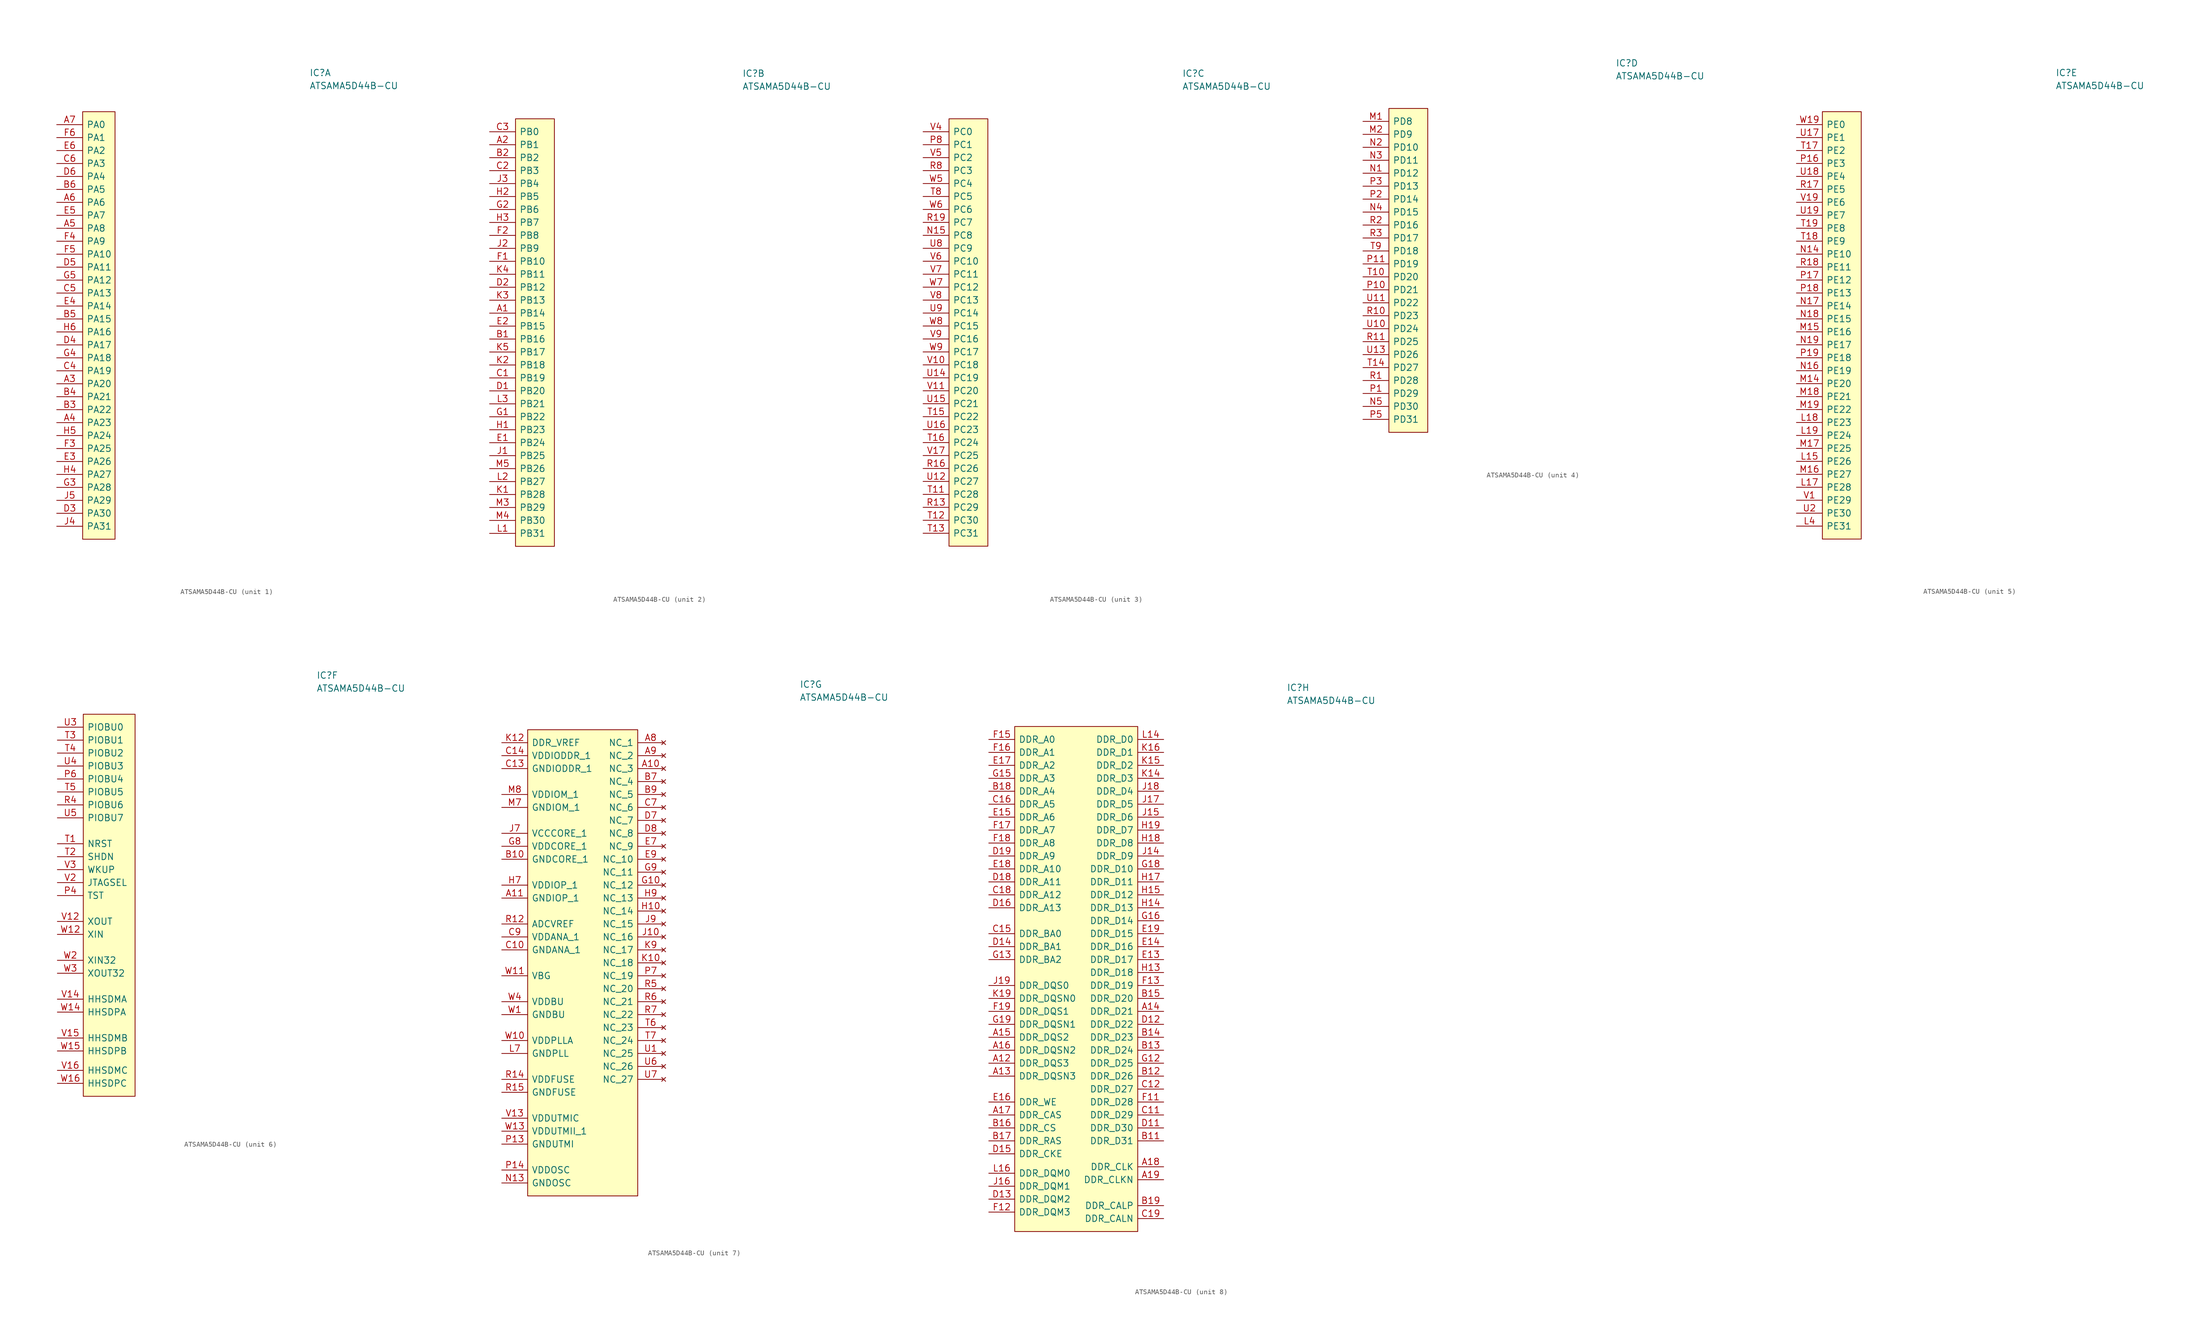
<source format=kicad_sym>
(kicad_symbol_lib
  (version 20211014)
  (generator kicad_symbol_editor)
  (symbol "ATSAMA5D44B-CU"
    (pin_names
      (offset 0.762))
    (property "Reference" "IC"
      (at 41.91 7.62 0)
      (effects (font (size 1.27 1.27)) (justify left)))
    (property "Value" "ATSAMA5D44B-CU"
      (at 41.91 5.08 0)
      (effects (font (size 1.27 1.27)) (justify left)))
    (property "ki_locked" ""
      (at 0 0 0)
      (effects (font (size 1.27 1.27))))
    (symbol "ATSAMA5D44B-CU_1_1"
      (rectangle (start -2.54 0) (end 3.81 -83.82) (stroke (width 0.152) (type default) (color 0 0 0 0)) (fill (type background)))
      (pin passive line (at -7.62 -53.34 0) (length 5.08) (name "PA20" (effects (font (size 1.27 1.27)))) (number "A3" (effects (font (size 1.27 1.27)))))
      (pin passive line (at -7.62 -60.96 0) (length 5.08) (name "PA23" (effects (font (size 1.27 1.27)))) (number "A4" (effects (font (size 1.27 1.27)))))
      (pin passive line (at -7.62 -22.86 0) (length 5.08) (name "PA8" (effects (font (size 1.27 1.27)))) (number "A5" (effects (font (size 1.27 1.27)))))
      (pin passive line (at -7.62 -17.78 0) (length 5.08) (name "PA6" (effects (font (size 1.27 1.27)))) (number "A6" (effects (font (size 1.27 1.27)))))
      (pin passive line (at -7.62 -2.54 0) (length 5.08) (name "PA0" (effects (font (size 1.27 1.27)))) (number "A7" (effects (font (size 1.27 1.27)))))
      (pin passive line (at -7.62 -58.42 0) (length 5.08) (name "PA22" (effects (font (size 1.27 1.27)))) (number "B3" (effects (font (size 1.27 1.27)))))
      (pin passive line (at -7.62 -55.88 0) (length 5.08) (name "PA21" (effects (font (size 1.27 1.27)))) (number "B4" (effects (font (size 1.27 1.27)))))
      (pin passive line (at -7.62 -40.64 0) (length 5.08) (name "PA15" (effects (font (size 1.27 1.27)))) (number "B5" (effects (font (size 1.27 1.27)))))
      (pin passive line (at -7.62 -15.24 0) (length 5.08) (name "PA5" (effects (font (size 1.27 1.27)))) (number "B6" (effects (font (size 1.27 1.27)))))
      (pin passive line (at -7.62 -50.8 0) (length 5.08) (name "PA19" (effects (font (size 1.27 1.27)))) (number "C4" (effects (font (size 1.27 1.27)))))
      (pin passive line (at -7.62 -35.56 0) (length 5.08) (name "PA13" (effects (font (size 1.27 1.27)))) (number "C5" (effects (font (size 1.27 1.27)))))
      (pin passive line (at -7.62 -10.16 0) (length 5.08) (name "PA3" (effects (font (size 1.27 1.27)))) (number "C6" (effects (font (size 1.27 1.27)))))
      (pin passive line (at -7.62 -78.74 0) (length 5.08) (name "PA30" (effects (font (size 1.27 1.27)))) (number "D3" (effects (font (size 1.27 1.27)))))
      (pin passive line (at -7.62 -45.72 0) (length 5.08) (name "PA17" (effects (font (size 1.27 1.27)))) (number "D4" (effects (font (size 1.27 1.27)))))
      (pin passive line (at -7.62 -30.48 0) (length 5.08) (name "PA11" (effects (font (size 1.27 1.27)))) (number "D5" (effects (font (size 1.27 1.27)))))
      (pin passive line (at -7.62 -12.7 0) (length 5.08) (name "PA4" (effects (font (size 1.27 1.27)))) (number "D6" (effects (font (size 1.27 1.27)))))
      (pin passive line (at -7.62 -68.58 0) (length 5.08) (name "PA26" (effects (font (size 1.27 1.27)))) (number "E3" (effects (font (size 1.27 1.27)))))
      (pin passive line (at -7.62 -38.1 0) (length 5.08) (name "PA14" (effects (font (size 1.27 1.27)))) (number "E4" (effects (font (size 1.27 1.27)))))
      (pin passive line (at -7.62 -20.32 0) (length 5.08) (name "PA7" (effects (font (size 1.27 1.27)))) (number "E5" (effects (font (size 1.27 1.27)))))
      (pin passive line (at -7.62 -7.62 0) (length 5.08) (name "PA2" (effects (font (size 1.27 1.27)))) (number "E6" (effects (font (size 1.27 1.27)))))
      (pin passive line (at -7.62 -66.04 0) (length 5.08) (name "PA25" (effects (font (size 1.27 1.27)))) (number "F3" (effects (font (size 1.27 1.27)))))
      (pin passive line (at -7.62 -25.4 0) (length 5.08) (name "PA9" (effects (font (size 1.27 1.27)))) (number "F4" (effects (font (size 1.27 1.27)))))
      (pin passive line (at -7.62 -27.94 0) (length 5.08) (name "PA10" (effects (font (size 1.27 1.27)))) (number "F5" (effects (font (size 1.27 1.27)))))
      (pin passive line (at -7.62 -5.08 0) (length 5.08) (name "PA1" (effects (font (size 1.27 1.27)))) (number "F6" (effects (font (size 1.27 1.27)))))
      (pin passive line (at -7.62 -73.66 0) (length 5.08) (name "PA28" (effects (font (size 1.27 1.27)))) (number "G3" (effects (font (size 1.27 1.27)))))
      (pin passive line (at -7.62 -48.26 0) (length 5.08) (name "PA18" (effects (font (size 1.27 1.27)))) (number "G4" (effects (font (size 1.27 1.27)))))
      (pin passive line (at -7.62 -33.02 0) (length 5.08) (name "PA12" (effects (font (size 1.27 1.27)))) (number "G5" (effects (font (size 1.27 1.27)))))
      (pin passive line (at -7.62 -71.12 0) (length 5.08) (name "PA27" (effects (font (size 1.27 1.27)))) (number "H4" (effects (font (size 1.27 1.27)))))
      (pin passive line (at -7.62 -63.5 0) (length 5.08) (name "PA24" (effects (font (size 1.27 1.27)))) (number "H5" (effects (font (size 1.27 1.27)))))
      (pin passive line (at -7.62 -43.18 0) (length 5.08) (name "PA16" (effects (font (size 1.27 1.27)))) (number "H6" (effects (font (size 1.27 1.27)))))
      (pin passive line (at -7.62 -81.28 0) (length 5.08) (name "PA31" (effects (font (size 1.27 1.27)))) (number "J4" (effects (font (size 1.27 1.27)))))
      (pin passive line (at -7.62 -76.2 0) (length 5.08) (name "PA29" (effects (font (size 1.27 1.27)))) (number "J5" (effects (font (size 1.27 1.27))))))
    (symbol "ATSAMA5D44B-CU_2_0"
      (pin passive line (at -7.62 -44.45 0) (length 5.08) (name "PB16" (effects (font (size 1.27 1.27)))) (number "B1" (effects (font (size 1.27 1.27)))))
      (pin passive line (at -7.62 -52.07 0) (length 5.08) (name "PB19" (effects (font (size 1.27 1.27)))) (number "C1" (effects (font (size 1.27 1.27)))))
      (pin passive line (at -7.62 -54.61 0) (length 5.08) (name "PB20" (effects (font (size 1.27 1.27)))) (number "D1" (effects (font (size 1.27 1.27)))))
      (pin passive line (at -7.62 -64.77 0) (length 5.08) (name "PB24" (effects (font (size 1.27 1.27)))) (number "E1" (effects (font (size 1.27 1.27)))))
      (pin passive line (at -7.62 -41.91 0) (length 5.08) (name "PB15" (effects (font (size 1.27 1.27)))) (number "E2" (effects (font (size 1.27 1.27)))))
      (pin passive line (at -7.62 -59.69 0) (length 5.08) (name "PB22" (effects (font (size 1.27 1.27)))) (number "G1" (effects (font (size 1.27 1.27)))))
      (pin passive line (at -7.62 -62.23 0) (length 5.08) (name "PB23" (effects (font (size 1.27 1.27)))) (number "H1" (effects (font (size 1.27 1.27)))))
      (pin passive line (at -7.62 -67.31 0) (length 5.08) (name "PB25" (effects (font (size 1.27 1.27)))) (number "J1" (effects (font (size 1.27 1.27)))))
      (pin passive line (at -7.62 -74.93 0) (length 5.08) (name "PB28" (effects (font (size 1.27 1.27)))) (number "K1" (effects (font (size 1.27 1.27)))))
      (pin passive line (at -7.62 -49.53 0) (length 5.08) (name "PB18" (effects (font (size 1.27 1.27)))) (number "K2" (effects (font (size 1.27 1.27)))))
      (pin passive line (at -7.62 -46.99 0) (length 5.08) (name "PB17" (effects (font (size 1.27 1.27)))) (number "K5" (effects (font (size 1.27 1.27)))))
      (pin passive line (at -7.62 -82.55 0) (length 5.08) (name "PB31" (effects (font (size 1.27 1.27)))) (number "L1" (effects (font (size 1.27 1.27)))))
      (pin passive line (at -7.62 -72.39 0) (length 5.08) (name "PB27" (effects (font (size 1.27 1.27)))) (number "L2" (effects (font (size 1.27 1.27)))))
      (pin passive line (at -7.62 -57.15 0) (length 5.08) (name "PB21" (effects (font (size 1.27 1.27)))) (number "L3" (effects (font (size 1.27 1.27)))))
      (pin passive line (at -7.62 -77.47 0) (length 5.08) (name "PB29" (effects (font (size 1.27 1.27)))) (number "M3" (effects (font (size 1.27 1.27)))))
      (pin passive line (at -7.62 -80.01 0) (length 5.08) (name "PB30" (effects (font (size 1.27 1.27)))) (number "M4" (effects (font (size 1.27 1.27)))))
      (pin passive line (at -7.62 -69.85 0) (length 5.08) (name "PB26" (effects (font (size 1.27 1.27)))) (number "M5" (effects (font (size 1.27 1.27))))))
    (symbol "ATSAMA5D44B-CU_2_1"
      (rectangle (start -2.54 -1.27) (end 5.08 -85.09) (stroke (width 0.152) (type default) (color 0 0 0 0)) (fill (type background)))
      (pin passive line (at -7.62 -39.37 0) (length 5.08) (name "PB14" (effects (font (size 1.27 1.27)))) (number "A1" (effects (font (size 1.27 1.27)))))
      (pin passive line (at -7.62 -6.35 0) (length 5.08) (name "PB1" (effects (font (size 1.27 1.27)))) (number "A2" (effects (font (size 1.27 1.27)))))
      (pin passive line (at -7.62 -8.89 0) (length 5.08) (name "PB2" (effects (font (size 1.27 1.27)))) (number "B2" (effects (font (size 1.27 1.27)))))
      (pin passive line (at -7.62 -11.43 0) (length 5.08) (name "PB3" (effects (font (size 1.27 1.27)))) (number "C2" (effects (font (size 1.27 1.27)))))
      (pin passive line (at -7.62 -3.81 0) (length 5.08) (name "PB0" (effects (font (size 1.27 1.27)))) (number "C3" (effects (font (size 1.27 1.27)))))
      (pin passive line (at -7.62 -34.29 0) (length 5.08) (name "PB12" (effects (font (size 1.27 1.27)))) (number "D2" (effects (font (size 1.27 1.27)))))
      (pin passive line (at -7.62 -29.21 0) (length 5.08) (name "PB10" (effects (font (size 1.27 1.27)))) (number "F1" (effects (font (size 1.27 1.27)))))
      (pin passive line (at -7.62 -24.13 0) (length 5.08) (name "PB8" (effects (font (size 1.27 1.27)))) (number "F2" (effects (font (size 1.27 1.27)))))
      (pin passive line (at -7.62 -19.05 0) (length 5.08) (name "PB6" (effects (font (size 1.27 1.27)))) (number "G2" (effects (font (size 1.27 1.27)))))
      (pin passive line (at -7.62 -16.51 0) (length 5.08) (name "PB5" (effects (font (size 1.27 1.27)))) (number "H2" (effects (font (size 1.27 1.27)))))
      (pin passive line (at -7.62 -21.59 0) (length 5.08) (name "PB7" (effects (font (size 1.27 1.27)))) (number "H3" (effects (font (size 1.27 1.27)))))
      (pin passive line (at -7.62 -26.67 0) (length 5.08) (name "PB9" (effects (font (size 1.27 1.27)))) (number "J2" (effects (font (size 1.27 1.27)))))
      (pin passive line (at -7.62 -13.97 0) (length 5.08) (name "PB4" (effects (font (size 1.27 1.27)))) (number "J3" (effects (font (size 1.27 1.27)))))
      (pin passive line (at -7.62 -36.83 0) (length 5.08) (name "PB13" (effects (font (size 1.27 1.27)))) (number "K3" (effects (font (size 1.27 1.27)))))
      (pin passive line (at -7.62 -31.75 0) (length 5.08) (name "PB11" (effects (font (size 1.27 1.27)))) (number "K4" (effects (font (size 1.27 1.27))))))
    (symbol "ATSAMA5D44B-CU_3_0"
      (pin passive line (at -8.89 -24.13 0) (length 5.08) (name "PC8" (effects (font (size 1.27 1.27)))) (number "N15" (effects (font (size 1.27 1.27)))))
      (pin passive line (at -8.89 -6.35 0) (length 5.08) (name "PC1" (effects (font (size 1.27 1.27)))) (number "P8" (effects (font (size 1.27 1.27)))))
      (pin passive line (at -8.89 -77.47 0) (length 5.08) (name "PC29" (effects (font (size 1.27 1.27)))) (number "R13" (effects (font (size 1.27 1.27)))))
      (pin passive line (at -8.89 -69.85 0) (length 5.08) (name "PC26" (effects (font (size 1.27 1.27)))) (number "R16" (effects (font (size 1.27 1.27)))))
      (pin passive line (at -8.89 -21.59 0) (length 5.08) (name "PC7" (effects (font (size 1.27 1.27)))) (number "R19" (effects (font (size 1.27 1.27)))))
      (pin passive line (at -8.89 -11.43 0) (length 5.08) (name "PC3" (effects (font (size 1.27 1.27)))) (number "R8" (effects (font (size 1.27 1.27)))))
      (pin passive line (at -8.89 -74.93 0) (length 5.08) (name "PC28" (effects (font (size 1.27 1.27)))) (number "T11" (effects (font (size 1.27 1.27)))))
      (pin passive line (at -8.89 -80.01 0) (length 5.08) (name "PC30" (effects (font (size 1.27 1.27)))) (number "T12" (effects (font (size 1.27 1.27)))))
      (pin passive line (at -8.89 -82.55 0) (length 5.08) (name "PC31" (effects (font (size 1.27 1.27)))) (number "T13" (effects (font (size 1.27 1.27)))))
      (pin passive line (at -8.89 -59.69 0) (length 5.08) (name "PC22" (effects (font (size 1.27 1.27)))) (number "T15" (effects (font (size 1.27 1.27)))))
      (pin passive line (at -8.89 -64.77 0) (length 5.08) (name "PC24" (effects (font (size 1.27 1.27)))) (number "T16" (effects (font (size 1.27 1.27)))))
      (pin passive line (at -8.89 -16.51 0) (length 5.08) (name "PC5" (effects (font (size 1.27 1.27)))) (number "T8" (effects (font (size 1.27 1.27)))))
      (pin passive line (at -8.89 -72.39 0) (length 5.08) (name "PC27" (effects (font (size 1.27 1.27)))) (number "U12" (effects (font (size 1.27 1.27)))))
      (pin passive line (at -8.89 -52.07 0) (length 5.08) (name "PC19" (effects (font (size 1.27 1.27)))) (number "U14" (effects (font (size 1.27 1.27)))))
      (pin passive line (at -8.89 -57.15 0) (length 5.08) (name "PC21" (effects (font (size 1.27 1.27)))) (number "U15" (effects (font (size 1.27 1.27)))))
      (pin passive line (at -8.89 -62.23 0) (length 5.08) (name "PC23" (effects (font (size 1.27 1.27)))) (number "U16" (effects (font (size 1.27 1.27)))))
      (pin passive line (at -8.89 -26.67 0) (length 5.08) (name "PC9" (effects (font (size 1.27 1.27)))) (number "U8" (effects (font (size 1.27 1.27)))))
      (pin passive line (at -8.89 -39.37 0) (length 5.08) (name "PC14" (effects (font (size 1.27 1.27)))) (number "U9" (effects (font (size 1.27 1.27)))))
      (pin passive line (at -8.89 -49.53 0) (length 5.08) (name "PC18" (effects (font (size 1.27 1.27)))) (number "V10" (effects (font (size 1.27 1.27)))))
      (pin passive line (at -8.89 -54.61 0) (length 5.08) (name "PC20" (effects (font (size 1.27 1.27)))) (number "V11" (effects (font (size 1.27 1.27)))))
      (pin passive line (at -8.89 -67.31 0) (length 5.08) (name "PC25" (effects (font (size 1.27 1.27)))) (number "V17" (effects (font (size 1.27 1.27)))))
      (pin passive line (at -8.89 -3.81 0) (length 5.08) (name "PC0" (effects (font (size 1.27 1.27)))) (number "V4" (effects (font (size 1.27 1.27)))))
      (pin passive line (at -8.89 -8.89 0) (length 5.08) (name "PC2" (effects (font (size 1.27 1.27)))) (number "V5" (effects (font (size 1.27 1.27)))))
      (pin passive line (at -8.89 -29.21 0) (length 5.08) (name "PC10" (effects (font (size 1.27 1.27)))) (number "V6" (effects (font (size 1.27 1.27)))))
      (pin passive line (at -8.89 -31.75 0) (length 5.08) (name "PC11" (effects (font (size 1.27 1.27)))) (number "V7" (effects (font (size 1.27 1.27)))))
      (pin passive line (at -8.89 -36.83 0) (length 5.08) (name "PC13" (effects (font (size 1.27 1.27)))) (number "V8" (effects (font (size 1.27 1.27)))))
      (pin passive line (at -8.89 -44.45 0) (length 5.08) (name "PC16" (effects (font (size 1.27 1.27)))) (number "V9" (effects (font (size 1.27 1.27)))))
      (pin passive line (at -8.89 -13.97 0) (length 5.08) (name "PC4" (effects (font (size 1.27 1.27)))) (number "W5" (effects (font (size 1.27 1.27)))))
      (pin passive line (at -8.89 -19.05 0) (length 5.08) (name "PC6" (effects (font (size 1.27 1.27)))) (number "W6" (effects (font (size 1.27 1.27)))))
      (pin passive line (at -8.89 -34.29 0) (length 5.08) (name "PC12" (effects (font (size 1.27 1.27)))) (number "W7" (effects (font (size 1.27 1.27)))))
      (pin passive line (at -8.89 -41.91 0) (length 5.08) (name "PC15" (effects (font (size 1.27 1.27)))) (number "W8" (effects (font (size 1.27 1.27)))))
      (pin passive line (at -8.89 -46.99 0) (length 5.08) (name "PC17" (effects (font (size 1.27 1.27)))) (number "W9" (effects (font (size 1.27 1.27))))))
    (symbol "ATSAMA5D44B-CU_3_1"
      (rectangle (start -3.81 -1.27) (end 3.81 -85.09) (stroke (width 0.152) (type default) (color 0 0 0 0)) (fill (type background))))
    (symbol "ATSAMA5D44B-CU_4_0"
      (pin passive line (at -7.62 -3.81 0) (length 5.08) (name "PD8" (effects (font (size 1.27 1.27)))) (number "M1" (effects (font (size 1.27 1.27)))))
      (pin passive line (at -7.62 -6.35 0) (length 5.08) (name "PD9" (effects (font (size 1.27 1.27)))) (number "M2" (effects (font (size 1.27 1.27)))))
      (pin passive line (at -7.62 -13.97 0) (length 5.08) (name "PD12" (effects (font (size 1.27 1.27)))) (number "N1" (effects (font (size 1.27 1.27)))))
      (pin passive line (at -7.62 -8.89 0) (length 5.08) (name "PD10" (effects (font (size 1.27 1.27)))) (number "N2" (effects (font (size 1.27 1.27)))))
      (pin passive line (at -7.62 -11.43 0) (length 5.08) (name "PD11" (effects (font (size 1.27 1.27)))) (number "N3" (effects (font (size 1.27 1.27)))))
      (pin passive line (at -7.62 -21.59 0) (length 5.08) (name "PD15" (effects (font (size 1.27 1.27)))) (number "N4" (effects (font (size 1.27 1.27)))))
      (pin passive line (at -7.62 -59.69 0) (length 5.08) (name "PD30" (effects (font (size 1.27 1.27)))) (number "N5" (effects (font (size 1.27 1.27)))))
      (pin passive line (at -7.62 -57.15 0) (length 5.08) (name "PD29" (effects (font (size 1.27 1.27)))) (number "P1" (effects (font (size 1.27 1.27)))))
      (pin passive line (at -7.62 -36.83 0) (length 5.08) (name "PD21" (effects (font (size 1.27 1.27)))) (number "P10" (effects (font (size 1.27 1.27)))))
      (pin passive line (at -7.62 -31.75 0) (length 5.08) (name "PD19" (effects (font (size 1.27 1.27)))) (number "P11" (effects (font (size 1.27 1.27)))))
      (pin passive line (at -7.62 -19.05 0) (length 5.08) (name "PD14" (effects (font (size 1.27 1.27)))) (number "P2" (effects (font (size 1.27 1.27)))))
      (pin passive line (at -7.62 -16.51 0) (length 5.08) (name "PD13" (effects (font (size 1.27 1.27)))) (number "P3" (effects (font (size 1.27 1.27)))))
      (pin passive line (at -7.62 -62.23 0) (length 5.08) (name "PD31" (effects (font (size 1.27 1.27)))) (number "P5" (effects (font (size 1.27 1.27)))))
      (pin passive line (at -7.62 -54.61 0) (length 5.08) (name "PD28" (effects (font (size 1.27 1.27)))) (number "R1" (effects (font (size 1.27 1.27)))))
      (pin passive line (at -7.62 -41.91 0) (length 5.08) (name "PD23" (effects (font (size 1.27 1.27)))) (number "R10" (effects (font (size 1.27 1.27)))))
      (pin passive line (at -7.62 -46.99 0) (length 5.08) (name "PD25" (effects (font (size 1.27 1.27)))) (number "R11" (effects (font (size 1.27 1.27)))))
      (pin passive line (at -7.62 -24.13 0) (length 5.08) (name "PD16" (effects (font (size 1.27 1.27)))) (number "R2" (effects (font (size 1.27 1.27)))))
      (pin passive line (at -7.62 -26.67 0) (length 5.08) (name "PD17" (effects (font (size 1.27 1.27)))) (number "R3" (effects (font (size 1.27 1.27)))))
      (pin passive line (at -7.62 -34.29 0) (length 5.08) (name "PD20" (effects (font (size 1.27 1.27)))) (number "T10" (effects (font (size 1.27 1.27)))))
      (pin passive line (at -7.62 -52.07 0) (length 5.08) (name "PD27" (effects (font (size 1.27 1.27)))) (number "T14" (effects (font (size 1.27 1.27)))))
      (pin passive line (at -7.62 -29.21 0) (length 5.08) (name "PD18" (effects (font (size 1.27 1.27)))) (number "T9" (effects (font (size 1.27 1.27)))))
      (pin passive line (at -7.62 -44.45 0) (length 5.08) (name "PD24" (effects (font (size 1.27 1.27)))) (number "U10" (effects (font (size 1.27 1.27)))))
      (pin passive line (at -7.62 -39.37 0) (length 5.08) (name "PD22" (effects (font (size 1.27 1.27)))) (number "U11" (effects (font (size 1.27 1.27)))))
      (pin passive line (at -7.62 -49.53 0) (length 5.08) (name "PD26" (effects (font (size 1.27 1.27)))) (number "U13" (effects (font (size 1.27 1.27))))))
    (symbol "ATSAMA5D44B-CU_4_1"
      (rectangle (start -2.54 -1.27) (end 5.08 -64.77) (stroke (width 0.152) (type default) (color 0 0 0 0)) (fill (type background))))
    (symbol "ATSAMA5D44B-CU_5_0"
      (pin passive line (at -8.89 -68.58 0) (length 5.08) (name "PE26" (effects (font (size 1.27 1.27)))) (number "L15" (effects (font (size 1.27 1.27)))))
      (pin passive line (at -8.89 -73.66 0) (length 5.08) (name "PE28" (effects (font (size 1.27 1.27)))) (number "L17" (effects (font (size 1.27 1.27)))))
      (pin passive line (at -8.89 -60.96 0) (length 5.08) (name "PE23" (effects (font (size 1.27 1.27)))) (number "L18" (effects (font (size 1.27 1.27)))))
      (pin passive line (at -8.89 -63.5 0) (length 5.08) (name "PE24" (effects (font (size 1.27 1.27)))) (number "L19" (effects (font (size 1.27 1.27)))))
      (pin passive line (at -8.89 -81.28 0) (length 5.08) (name "PE31" (effects (font (size 1.27 1.27)))) (number "L4" (effects (font (size 1.27 1.27)))))
      (pin passive line (at -8.89 -53.34 0) (length 5.08) (name "PE20" (effects (font (size 1.27 1.27)))) (number "M14" (effects (font (size 1.27 1.27)))))
      (pin passive line (at -8.89 -43.18 0) (length 5.08) (name "PE16" (effects (font (size 1.27 1.27)))) (number "M15" (effects (font (size 1.27 1.27)))))
      (pin passive line (at -8.89 -71.12 0) (length 5.08) (name "PE27" (effects (font (size 1.27 1.27)))) (number "M16" (effects (font (size 1.27 1.27)))))
      (pin passive line (at -8.89 -66.04 0) (length 5.08) (name "PE25" (effects (font (size 1.27 1.27)))) (number "M17" (effects (font (size 1.27 1.27)))))
      (pin passive line (at -8.89 -55.88 0) (length 5.08) (name "PE21" (effects (font (size 1.27 1.27)))) (number "M18" (effects (font (size 1.27 1.27)))))
      (pin passive line (at -8.89 -58.42 0) (length 5.08) (name "PE22" (effects (font (size 1.27 1.27)))) (number "M19" (effects (font (size 1.27 1.27)))))
      (pin passive line (at -8.89 -27.94 0) (length 5.08) (name "PE10" (effects (font (size 1.27 1.27)))) (number "N14" (effects (font (size 1.27 1.27)))))
      (pin passive line (at -8.89 -50.8 0) (length 5.08) (name "PE19" (effects (font (size 1.27 1.27)))) (number "N16" (effects (font (size 1.27 1.27)))))
      (pin passive line (at -8.89 -38.1 0) (length 5.08) (name "PE14" (effects (font (size 1.27 1.27)))) (number "N17" (effects (font (size 1.27 1.27)))))
      (pin passive line (at -8.89 -40.64 0) (length 5.08) (name "PE15" (effects (font (size 1.27 1.27)))) (number "N18" (effects (font (size 1.27 1.27)))))
      (pin passive line (at -8.89 -45.72 0) (length 5.08) (name "PE17" (effects (font (size 1.27 1.27)))) (number "N19" (effects (font (size 1.27 1.27)))))
      (pin passive line (at -8.89 -10.16 0) (length 5.08) (name "PE3" (effects (font (size 1.27 1.27)))) (number "P16" (effects (font (size 1.27 1.27)))))
      (pin passive line (at -8.89 -33.02 0) (length 5.08) (name "PE12" (effects (font (size 1.27 1.27)))) (number "P17" (effects (font (size 1.27 1.27)))))
      (pin passive line (at -8.89 -35.56 0) (length 5.08) (name "PE13" (effects (font (size 1.27 1.27)))) (number "P18" (effects (font (size 1.27 1.27)))))
      (pin passive line (at -8.89 -48.26 0) (length 5.08) (name "PE18" (effects (font (size 1.27 1.27)))) (number "P19" (effects (font (size 1.27 1.27)))))
      (pin passive line (at -8.89 -15.24 0) (length 5.08) (name "PE5" (effects (font (size 1.27 1.27)))) (number "R17" (effects (font (size 1.27 1.27)))))
      (pin passive line (at -8.89 -30.48 0) (length 5.08) (name "PE11" (effects (font (size 1.27 1.27)))) (number "R18" (effects (font (size 1.27 1.27)))))
      (pin passive line (at -8.89 -7.62 0) (length 5.08) (name "PE2" (effects (font (size 1.27 1.27)))) (number "T17" (effects (font (size 1.27 1.27)))))
      (pin passive line (at -8.89 -25.4 0) (length 5.08) (name "PE9" (effects (font (size 1.27 1.27)))) (number "T18" (effects (font (size 1.27 1.27)))))
      (pin passive line (at -8.89 -22.86 0) (length 5.08) (name "PE8" (effects (font (size 1.27 1.27)))) (number "T19" (effects (font (size 1.27 1.27)))))
      (pin passive line (at -8.89 -5.08 0) (length 5.08) (name "PE1" (effects (font (size 1.27 1.27)))) (number "U17" (effects (font (size 1.27 1.27)))))
      (pin passive line (at -8.89 -12.7 0) (length 5.08) (name "PE4" (effects (font (size 1.27 1.27)))) (number "U18" (effects (font (size 1.27 1.27)))))
      (pin passive line (at -8.89 -20.32 0) (length 5.08) (name "PE7" (effects (font (size 1.27 1.27)))) (number "U19" (effects (font (size 1.27 1.27)))))
      (pin passive line (at -8.89 -78.74 0) (length 5.08) (name "PE30" (effects (font (size 1.27 1.27)))) (number "U2" (effects (font (size 1.27 1.27)))))
      (pin passive line (at -8.89 -76.2 0) (length 5.08) (name "PE29" (effects (font (size 1.27 1.27)))) (number "V1" (effects (font (size 1.27 1.27)))))
      (pin passive line (at -8.89 -17.78 0) (length 5.08) (name "PE6" (effects (font (size 1.27 1.27)))) (number "V19" (effects (font (size 1.27 1.27)))))
      (pin passive line (at -8.89 -2.54 0) (length 5.08) (name "PE0" (effects (font (size 1.27 1.27)))) (number "W19" (effects (font (size 1.27 1.27))))))
    (symbol "ATSAMA5D44B-CU_5_1"
      (rectangle (start -3.81 0) (end 3.81 -83.82) (stroke (width 0.152) (type default) (color 0 0 0 0)) (fill (type background))))
    (symbol "ATSAMA5D44B-CU_6_0"
      (pin passive line (at -8.89 -35.56 0) (length 5.08) (name "TST" (effects (font (size 1.27 1.27)))) (number "P4" (effects (font (size 1.27 1.27)))))
      (pin passive line (at -8.89 -12.7 0) (length 5.08) (name "PIOBU4" (effects (font (size 1.27 1.27)))) (number "P6" (effects (font (size 1.27 1.27)))))
      (pin passive line (at -8.89 -17.78 0) (length 5.08) (name "PIOBU6" (effects (font (size 1.27 1.27)))) (number "R4" (effects (font (size 1.27 1.27)))))
      (pin passive line (at -8.89 -25.4 0) (length 5.08) (name "NRST" (effects (font (size 1.27 1.27)))) (number "T1" (effects (font (size 1.27 1.27)))))
      (pin passive line (at -8.89 -27.94 0) (length 5.08) (name "SHDN" (effects (font (size 1.27 1.27)))) (number "T2" (effects (font (size 1.27 1.27)))))
      (pin passive line (at -8.89 -5.08 0) (length 5.08) (name "PIOBU1" (effects (font (size 1.27 1.27)))) (number "T3" (effects (font (size 1.27 1.27)))))
      (pin passive line (at -8.89 -7.62 0) (length 5.08) (name "PIOBU2" (effects (font (size 1.27 1.27)))) (number "T4" (effects (font (size 1.27 1.27)))))
      (pin passive line (at -8.89 -15.24 0) (length 5.08) (name "PIOBU5" (effects (font (size 1.27 1.27)))) (number "T5" (effects (font (size 1.27 1.27)))))
      (pin passive line (at -8.89 -2.54 0) (length 5.08) (name "PIOBU0" (effects (font (size 1.27 1.27)))) (number "U3" (effects (font (size 1.27 1.27)))))
      (pin passive line (at -8.89 -10.16 0) (length 5.08) (name "PIOBU3" (effects (font (size 1.27 1.27)))) (number "U4" (effects (font (size 1.27 1.27)))))
      (pin passive line (at -8.89 -20.32 0) (length 5.08) (name "PIOBU7" (effects (font (size 1.27 1.27)))) (number "U5" (effects (font (size 1.27 1.27)))))
      (pin passive line (at -8.89 -40.64 0) (length 5.08) (name "XOUT" (effects (font (size 1.27 1.27)))) (number "V12" (effects (font (size 1.27 1.27)))))
      (pin passive line (at -8.89 -55.88 0) (length 5.08) (name "HHSDMA" (effects (font (size 1.27 1.27)))) (number "V14" (effects (font (size 1.27 1.27)))))
      (pin passive line (at -8.89 -63.5 0) (length 5.08) (name "HHSDMB" (effects (font (size 1.27 1.27)))) (number "V15" (effects (font (size 1.27 1.27)))))
      (pin passive line (at -8.89 -69.85 0) (length 5.08) (name "HHSDMC" (effects (font (size 1.27 1.27)))) (number "V16" (effects (font (size 1.27 1.27)))))
      (pin passive line (at -8.89 -33.02 0) (length 5.08) (name "JTAGSEL" (effects (font (size 1.27 1.27)))) (number "V2" (effects (font (size 1.27 1.27)))))
      (pin passive line (at -8.89 -30.48 0) (length 5.08) (name "WKUP" (effects (font (size 1.27 1.27)))) (number "V3" (effects (font (size 1.27 1.27)))))
      (pin passive line (at -8.89 -43.18 0) (length 5.08) (name "XIN" (effects (font (size 1.27 1.27)))) (number "W12" (effects (font (size 1.27 1.27)))))
      (pin passive line (at -8.89 -58.42 0) (length 5.08) (name "HHSDPA" (effects (font (size 1.27 1.27)))) (number "W14" (effects (font (size 1.27 1.27)))))
      (pin passive line (at -8.89 -66.04 0) (length 5.08) (name "HHSDPB" (effects (font (size 1.27 1.27)))) (number "W15" (effects (font (size 1.27 1.27)))))
      (pin passive line (at -8.89 -72.39 0) (length 5.08) (name "HHSDPC" (effects (font (size 1.27 1.27)))) (number "W16" (effects (font (size 1.27 1.27)))))
      (pin passive line (at -8.89 -48.26 0) (length 5.08) (name "XIN32" (effects (font (size 1.27 1.27)))) (number "W2" (effects (font (size 1.27 1.27)))))
      (pin passive line (at -8.89 -50.8 0) (length 5.08) (name "XOUT32" (effects (font (size 1.27 1.27)))) (number "W3" (effects (font (size 1.27 1.27))))))
    (symbol "ATSAMA5D44B-CU_6_1"
      (rectangle (start -3.81 0) (end 6.35 -74.93) (stroke (width 0.152) (type default) (color 0 0 0 0)) (fill (type background))))
    (symbol "ATSAMA5D44B-CU_7_0"
      (pin no_connect line (at 15.24 -8.89 180) (length 5.08) (name "NC_3" (effects (font (size 1.27 1.27)))) (number "A10" (effects (font (size 1.27 1.27)))))
      (pin passive line (at -16.51 -34.29 0) (length 5.08) (name "GNDIOP_1" (effects (font (size 1.27 1.27)))) (number "A11" (effects (font (size 1.27 1.27)))))
      (pin no_connect line (at 15.24 -3.81 180) (length 5.08) (name "NC_1" (effects (font (size 1.27 1.27)))) (number "A8" (effects (font (size 1.27 1.27)))))
      (pin no_connect line (at 15.24 -6.35 180) (length 5.08) (name "NC_2" (effects (font (size 1.27 1.27)))) (number "A9" (effects (font (size 1.27 1.27)))))
      (pin passive line (at -16.51 -26.67 0) (length 5.08) (name "GNDCORE_1" (effects (font (size 1.27 1.27)))) (number "B10" (effects (font (size 1.27 1.27)))))
      (pin no_connect line (at 15.24 -11.43 180) (length 5.08) (name "NC_4" (effects (font (size 1.27 1.27)))) (number "B7" (effects (font (size 1.27 1.27)))))
      (pin passive line (at -16.51 -34.29 0) (length 5.08) hide (name "GNDIOP_2" (effects (font (size 1.27 1.27)))) (number "B8" (effects (font (size 1.27 1.27)))))
      (pin no_connect line (at 15.24 -13.97 180) (length 5.08) (name "NC_5" (effects (font (size 1.27 1.27)))) (number "B9" (effects (font (size 1.27 1.27)))))
      (pin passive line (at -16.51 -44.45 0) (length 5.08) (name "GNDANA_1" (effects (font (size 1.27 1.27)))) (number "C10" (effects (font (size 1.27 1.27)))))
      (pin passive line (at -16.51 -8.89 0) (length 5.08) (name "GNDIODDR_1" (effects (font (size 1.27 1.27)))) (number "C13" (effects (font (size 1.27 1.27)))))
      (pin passive line (at -16.51 -6.35 0) (length 5.08) (name "VDDIODDR_1" (effects (font (size 1.27 1.27)))) (number "C14" (effects (font (size 1.27 1.27)))))
      (pin passive line (at -16.51 -8.89 0) (length 5.08) hide (name "GNDIODDR_2" (effects (font (size 1.27 1.27)))) (number "C17" (effects (font (size 1.27 1.27)))))
      (pin no_connect line (at 15.24 -16.51 180) (length 5.08) (name "NC_6" (effects (font (size 1.27 1.27)))) (number "C7" (effects (font (size 1.27 1.27)))))
      (pin passive line (at -16.51 -34.29 0) (length 5.08) hide (name "GNDIOP_3" (effects (font (size 1.27 1.27)))) (number "C8" (effects (font (size 1.27 1.27)))))
      (pin passive line (at -16.51 -41.91 0) (length 5.08) (name "VDDANA_1" (effects (font (size 1.27 1.27)))) (number "C9" (effects (font (size 1.27 1.27)))))
      (pin passive line (at -16.51 -26.67 0) (length 5.08) hide (name "GNDCORE_3" (effects (font (size 1.27 1.27)))) (number "D10" (effects (font (size 1.27 1.27)))))
      (pin passive line (at -16.51 -6.35 0) (length 5.08) hide (name "VDDIODDR_2" (effects (font (size 1.27 1.27)))) (number "D17" (effects (font (size 1.27 1.27)))))
      (pin no_connect line (at 15.24 -19.05 180) (length 5.08) (name "NC_7" (effects (font (size 1.27 1.27)))) (number "D7" (effects (font (size 1.27 1.27)))))
      (pin no_connect line (at 15.24 -21.59 180) (length 5.08) (name "NC_8" (effects (font (size 1.27 1.27)))) (number "D8" (effects (font (size 1.27 1.27)))))
      (pin passive line (at -16.51 -26.67 0) (length 5.08) hide (name "GNDCORE_2" (effects (font (size 1.27 1.27)))) (number "D9" (effects (font (size 1.27 1.27)))))
      (pin passive line (at -16.51 -6.35 0) (length 5.08) hide (name "VDDIODDR_3" (effects (font (size 1.27 1.27)))) (number "E10" (effects (font (size 1.27 1.27)))))
      (pin passive line (at -16.51 -8.89 0) (length 5.08) hide (name "GNDIODDR_3" (effects (font (size 1.27 1.27)))) (number "E11" (effects (font (size 1.27 1.27)))))
      (pin passive line (at -16.51 -6.35 0) (length 5.08) hide (name "VDDIODDR_4" (effects (font (size 1.27 1.27)))) (number "E12" (effects (font (size 1.27 1.27)))))
      (pin no_connect line (at 15.24 -24.13 180) (length 5.08) (name "NC_9" (effects (font (size 1.27 1.27)))) (number "E7" (effects (font (size 1.27 1.27)))))
      (pin passive line (at -16.51 -34.29 0) (length 5.08) hide (name "GNDIOP_4" (effects (font (size 1.27 1.27)))) (number "E8" (effects (font (size 1.27 1.27)))))
      (pin no_connect line (at 15.24 -26.67 180) (length 5.08) (name "NC_10" (effects (font (size 1.27 1.27)))) (number "E9" (effects (font (size 1.27 1.27)))))
      (pin passive line (at -16.51 -8.89 0) (length 5.08) hide (name "GNDIODDR_4" (effects (font (size 1.27 1.27)))) (number "F10" (effects (font (size 1.27 1.27)))))
      (pin passive line (at -16.51 -6.35 0) (length 5.08) hide (name "VDDIODDR_5" (effects (font (size 1.27 1.27)))) (number "F14" (effects (font (size 1.27 1.27)))))
      (pin passive line (at -16.51 -34.29 0) (length 5.08) hide (name "GNDIOP_5" (effects (font (size 1.27 1.27)))) (number "F7" (effects (font (size 1.27 1.27)))))
      (pin passive line (at -16.51 -34.29 0) (length 5.08) hide (name "GNDIOP_6" (effects (font (size 1.27 1.27)))) (number "F8" (effects (font (size 1.27 1.27)))))
      (pin passive line (at -16.51 -26.67 0) (length 5.08) hide (name "GNDCORE_4" (effects (font (size 1.27 1.27)))) (number "F9" (effects (font (size 1.27 1.27)))))
      (pin no_connect line (at 15.24 -31.75 180) (length 5.08) (name "NC_12" (effects (font (size 1.27 1.27)))) (number "G10" (effects (font (size 1.27 1.27)))))
      (pin passive line (at -16.51 -8.89 0) (length 5.08) hide (name "GNDIODDR_5" (effects (font (size 1.27 1.27)))) (number "G11" (effects (font (size 1.27 1.27)))))
      (pin passive line (at -16.51 -8.89 0) (length 5.08) hide (name "GNDIODDR_6" (effects (font (size 1.27 1.27)))) (number "G14" (effects (font (size 1.27 1.27)))))
      (pin passive line (at -16.51 -8.89 0) (length 5.08) hide (name "GNDIODDR_7" (effects (font (size 1.27 1.27)))) (number "G17" (effects (font (size 1.27 1.27)))))
      (pin passive line (at -16.51 -34.29 0) (length 5.08) hide (name "GNDIOP_7" (effects (font (size 1.27 1.27)))) (number "G6" (effects (font (size 1.27 1.27)))))
      (pin passive line (at -16.51 -34.29 0) (length 5.08) hide (name "GNDIOP_8" (effects (font (size 1.27 1.27)))) (number "G7" (effects (font (size 1.27 1.27)))))
      (pin passive line (at -16.51 -24.13 0) (length 5.08) (name "VDDCORE_1" (effects (font (size 1.27 1.27)))) (number "G8" (effects (font (size 1.27 1.27)))))
      (pin no_connect line (at 15.24 -29.21 180) (length 5.08) (name "NC_11" (effects (font (size 1.27 1.27)))) (number "G9" (effects (font (size 1.27 1.27)))))
      (pin no_connect line (at 15.24 -36.83 180) (length 5.08) (name "NC_14" (effects (font (size 1.27 1.27)))) (number "H10" (effects (font (size 1.27 1.27)))))
      (pin passive line (at -16.51 -44.45 0) (length 5.08) hide (name "GNDANA_2" (effects (font (size 1.27 1.27)))) (number "H11" (effects (font (size 1.27 1.27)))))
      (pin passive line (at -16.51 -6.35 0) (length 5.08) hide (name "VDDIODDR_6" (effects (font (size 1.27 1.27)))) (number "H12" (effects (font (size 1.27 1.27)))))
      (pin passive line (at -16.51 -6.35 0) (length 5.08) hide (name "VDDIODDR_7" (effects (font (size 1.27 1.27)))) (number "H16" (effects (font (size 1.27 1.27)))))
      (pin passive line (at -16.51 -31.75 0) (length 5.08) (name "VDDIOP_1" (effects (font (size 1.27 1.27)))) (number "H7" (effects (font (size 1.27 1.27)))))
      (pin passive line (at -16.51 -26.67 0) (length 5.08) hide (name "GNDCORE_5" (effects (font (size 1.27 1.27)))) (number "H8" (effects (font (size 1.27 1.27)))))
      (pin no_connect line (at 15.24 -34.29 180) (length 5.08) (name "NC_13" (effects (font (size 1.27 1.27)))) (number "H9" (effects (font (size 1.27 1.27)))))
      (pin no_connect line (at 15.24 -41.91 180) (length 5.08) (name "NC_16" (effects (font (size 1.27 1.27)))) (number "J10" (effects (font (size 1.27 1.27)))))
      (pin passive line (at -16.51 -21.59 0) (length 5.08) hide (name "VCCCORE_2" (effects (font (size 1.27 1.27)))) (number "J11" (effects (font (size 1.27 1.27)))))
      (pin passive line (at -16.51 -26.67 0) (length 5.08) hide (name "GNDCORE_7" (effects (font (size 1.27 1.27)))) (number "J12" (effects (font (size 1.27 1.27)))))
      (pin passive line (at -16.51 -8.89 0) (length 5.08) hide (name "GNDIODDR_8" (effects (font (size 1.27 1.27)))) (number "J13" (effects (font (size 1.27 1.27)))))
      (pin passive line (at -16.51 -34.29 0) (length 5.08) hide (name "GNDIOP_9" (effects (font (size 1.27 1.27)))) (number "J6" (effects (font (size 1.27 1.27)))))
      (pin passive line (at -16.51 -21.59 0) (length 5.08) (name "VCCCORE_1" (effects (font (size 1.27 1.27)))) (number "J7" (effects (font (size 1.27 1.27)))))
      (pin passive line (at -16.51 -26.67 0) (length 5.08) hide (name "GNDCORE_6" (effects (font (size 1.27 1.27)))) (number "J8" (effects (font (size 1.27 1.27)))))
      (pin no_connect line (at 15.24 -39.37 180) (length 5.08) (name "NC_15" (effects (font (size 1.27 1.27)))) (number "J9" (effects (font (size 1.27 1.27)))))
      (pin no_connect line (at 15.24 -46.99 180) (length 5.08) (name "NC_18" (effects (font (size 1.27 1.27)))) (number "K10" (effects (font (size 1.27 1.27)))))
      (pin passive line (at -16.51 -26.67 0) (length 5.08) hide (name "GNDCORE_8" (effects (font (size 1.27 1.27)))) (number "K11" (effects (font (size 1.27 1.27)))))
      (pin passive line (at -16.51 -3.81 0) (length 5.08) (name "DDR_VREF" (effects (font (size 1.27 1.27)))) (number "K12" (effects (font (size 1.27 1.27)))))
      (pin passive line (at -16.51 -6.35 0) (length 5.08) hide (name "VDDIODDR_9" (effects (font (size 1.27 1.27)))) (number "K13" (effects (font (size 1.27 1.27)))))
      (pin passive line (at -16.51 -6.35 0) (length 5.08) hide (name "VDDIODDR_10" (effects (font (size 1.27 1.27)))) (number "K17" (effects (font (size 1.27 1.27)))))
      (pin passive line (at -16.51 -8.89 0) (length 5.08) hide (name "GNDIODDR_9" (effects (font (size 1.27 1.27)))) (number "K18" (effects (font (size 1.27 1.27)))))
      (pin passive line (at -16.51 -31.75 0) (length 5.08) hide (name "VDDIOP_2" (effects (font (size 1.27 1.27)))) (number "K6" (effects (font (size 1.27 1.27)))))
      (pin passive line (at -16.51 -21.59 0) (length 5.08) hide (name "VCCCORE_3" (effects (font (size 1.27 1.27)))) (number "K7" (effects (font (size 1.27 1.27)))))
      (pin passive line (at -16.51 -21.59 0) (length 5.08) hide (name "VCCCORE_4" (effects (font (size 1.27 1.27)))) (number "K8" (effects (font (size 1.27 1.27)))))
      (pin no_connect line (at 15.24 -44.45 180) (length 5.08) (name "NC_17" (effects (font (size 1.27 1.27)))) (number "K9" (effects (font (size 1.27 1.27)))))
      (pin passive line (at -16.51 -26.67 0) (length 5.08) hide (name "GNDCORE_10" (effects (font (size 1.27 1.27)))) (number "L10" (effects (font (size 1.27 1.27)))))
      (pin passive line (at -16.51 -21.59 0) (length 5.08) hide (name "VCCCORE_6" (effects (font (size 1.27 1.27)))) (number "L11" (effects (font (size 1.27 1.27)))))
      (pin passive line (at -16.51 -26.67 0) (length 5.08) hide (name "GNDCORE_11" (effects (font (size 1.27 1.27)))) (number "L12" (effects (font (size 1.27 1.27)))))
      (pin passive line (at -16.51 -8.89 0) (length 5.08) hide (name "GNDIODDR_10" (effects (font (size 1.27 1.27)))) (number "L13" (effects (font (size 1.27 1.27)))))
      (pin passive line (at -16.51 -31.75 0) (length 5.08) hide (name "VDDIOP_3" (effects (font (size 1.27 1.27)))) (number "L5" (effects (font (size 1.27 1.27)))))
      (pin passive line (at -16.51 -34.29 0) (length 5.08) hide (name "GNDIOP_10" (effects (font (size 1.27 1.27)))) (number "L6" (effects (font (size 1.27 1.27)))))
      (pin passive line (at -16.51 -64.77 0) (length 5.08) (name "GNDPLL" (effects (font (size 1.27 1.27)))) (number "L7" (effects (font (size 1.27 1.27)))))
      (pin passive line (at -16.51 -26.67 0) (length 5.08) hide (name "GNDCORE_9" (effects (font (size 1.27 1.27)))) (number "L8" (effects (font (size 1.27 1.27)))))
      (pin passive line (at -16.51 -21.59 0) (length 5.08) hide (name "VCCCORE_5" (effects (font (size 1.27 1.27)))) (number "L9" (effects (font (size 1.27 1.27)))))
      (pin passive line (at -16.51 -26.67 0) (length 5.08) hide (name "GNDCORE_13" (effects (font (size 1.27 1.27)))) (number "M10" (effects (font (size 1.27 1.27)))))
      (pin passive line (at -16.51 -26.67 0) (length 5.08) hide (name "GNDCORE_14" (effects (font (size 1.27 1.27)))) (number "M11" (effects (font (size 1.27 1.27)))))
      (pin passive line (at -16.51 -16.51 0) (length 5.08) hide (name "GNDIOM_2" (effects (font (size 1.27 1.27)))) (number "M12" (effects (font (size 1.27 1.27)))))
      (pin passive line (at -16.51 -6.35 0) (length 5.08) hide (name "VDDIODDR_11" (effects (font (size 1.27 1.27)))) (number "M13" (effects (font (size 1.27 1.27)))))
      (pin passive line (at -16.51 -31.75 0) (length 5.08) hide (name "VDDIOP_4" (effects (font (size 1.27 1.27)))) (number "M6" (effects (font (size 1.27 1.27)))))
      (pin passive line (at -16.51 -16.51 0) (length 5.08) (name "GNDIOM_1" (effects (font (size 1.27 1.27)))) (number "M7" (effects (font (size 1.27 1.27)))))
      (pin passive line (at -16.51 -13.97 0) (length 5.08) (name "VDDIOM_1" (effects (font (size 1.27 1.27)))) (number "M8" (effects (font (size 1.27 1.27)))))
      (pin passive line (at -16.51 -26.67 0) (length 5.08) hide (name "GNDCORE_12" (effects (font (size 1.27 1.27)))) (number "M9" (effects (font (size 1.27 1.27)))))
      (pin passive line (at -16.51 -21.59 0) (length 5.08) hide (name "VCCCORE_7" (effects (font (size 1.27 1.27)))) (number "N10" (effects (font (size 1.27 1.27)))))
      (pin passive line (at -16.51 -41.91 0) (length 5.08) hide (name "VDDANA_2" (effects (font (size 1.27 1.27)))) (number "N11" (effects (font (size 1.27 1.27)))))
      (pin passive line (at -16.51 -44.45 0) (length 5.08) hide (name "GNDANA_3" (effects (font (size 1.27 1.27)))) (number "N12" (effects (font (size 1.27 1.27)))))
      (pin passive line (at -16.51 -90.17 0) (length 5.08) (name "GNDOSC" (effects (font (size 1.27 1.27)))) (number "N13" (effects (font (size 1.27 1.27)))))
      (pin passive line (at -16.51 -34.29 0) (length 5.08) hide (name "GNDIOP_11" (effects (font (size 1.27 1.27)))) (number "N6" (effects (font (size 1.27 1.27)))))
      (pin passive line (at -16.51 -13.97 0) (length 5.08) hide (name "VDDIOM_2" (effects (font (size 1.27 1.27)))) (number "N7" (effects (font (size 1.27 1.27)))))
      (pin passive line (at -16.51 -16.51 0) (length 5.08) hide (name "GNDIOM_3" (effects (font (size 1.27 1.27)))) (number "N8" (effects (font (size 1.27 1.27)))))
      (pin passive line (at -16.51 -24.13 0) (length 5.08) hide (name "VDDCORE_2" (effects (font (size 1.27 1.27)))) (number "N9" (effects (font (size 1.27 1.27)))))
      (pin passive line (at -16.51 -41.91 0) (length 5.08) hide (name "VDDANA_3" (effects (font (size 1.27 1.27)))) (number "P12" (effects (font (size 1.27 1.27)))))
      (pin passive line (at -16.51 -82.55 0) (length 5.08) (name "GNDUTMI" (effects (font (size 1.27 1.27)))) (number "P13" (effects (font (size 1.27 1.27)))))
      (pin passive line (at -16.51 -87.63 0) (length 5.08) (name "VDDOSC" (effects (font (size 1.27 1.27)))) (number "P14" (effects (font (size 1.27 1.27)))))
      (pin passive line (at -16.51 -13.97 0) (length 5.08) hide (name "VDDIOM_3" (effects (font (size 1.27 1.27)))) (number "P15" (effects (font (size 1.27 1.27)))))
      (pin no_connect line (at 15.24 -49.53 180) (length 5.08) (name "NC_19" (effects (font (size 1.27 1.27)))) (number "P7" (effects (font (size 1.27 1.27)))))
      (pin passive line (at -16.51 -16.51 0) (length 5.08) hide (name "GNDIOM_4" (effects (font (size 1.27 1.27)))) (number "P9" (effects (font (size 1.27 1.27)))))
      (pin passive line (at -16.51 -39.37 0) (length 5.08) (name "ADCVREF" (effects (font (size 1.27 1.27)))) (number "R12" (effects (font (size 1.27 1.27)))))
      (pin passive line (at -16.51 -69.85 0) (length 5.08) (name "VDDFUSE" (effects (font (size 1.27 1.27)))) (number "R14" (effects (font (size 1.27 1.27)))))
      (pin passive line (at -16.51 -72.39 0) (length 5.08) (name "GNDFUSE" (effects (font (size 1.27 1.27)))) (number "R15" (effects (font (size 1.27 1.27)))))
      (pin no_connect line (at 15.24 -52.07 180) (length 5.08) (name "NC_20" (effects (font (size 1.27 1.27)))) (number "R5" (effects (font (size 1.27 1.27)))))
      (pin no_connect line (at 15.24 -54.61 180) (length 5.08) (name "NC_21" (effects (font (size 1.27 1.27)))) (number "R6" (effects (font (size 1.27 1.27)))))
      (pin no_connect line (at 15.24 -57.15 180) (length 5.08) (name "NC_22" (effects (font (size 1.27 1.27)))) (number "R7" (effects (font (size 1.27 1.27)))))
      (pin passive line (at -16.51 -13.97 0) (length 5.08) hide (name "VDDIOM_4" (effects (font (size 1.27 1.27)))) (number "R9" (effects (font (size 1.27 1.27)))))
      (pin no_connect line (at 15.24 -59.69 180) (length 5.08) (name "NC_23" (effects (font (size 1.27 1.27)))) (number "T6" (effects (font (size 1.27 1.27)))))
      (pin no_connect line (at 15.24 -62.23 180) (length 5.08) (name "NC_24" (effects (font (size 1.27 1.27)))) (number "T7" (effects (font (size 1.27 1.27)))))
      (pin no_connect line (at 15.24 -64.77 180) (length 5.08) (name "NC_25" (effects (font (size 1.27 1.27)))) (number "U1" (effects (font (size 1.27 1.27)))))
      (pin no_connect line (at 15.24 -67.31 180) (length 5.08) (name "NC_26" (effects (font (size 1.27 1.27)))) (number "U6" (effects (font (size 1.27 1.27)))))
      (pin no_connect line (at 15.24 -69.85 180) (length 5.08) (name "NC_27" (effects (font (size 1.27 1.27)))) (number "U7" (effects (font (size 1.27 1.27)))))
      (pin passive line (at -16.51 -77.47 0) (length 5.08) (name "VDDUTMIC" (effects (font (size 1.27 1.27)))) (number "V13" (effects (font (size 1.27 1.27)))))
      (pin passive line (at -16.51 -26.67 0) (length 5.08) hide (name "GNDCORE_15" (effects (font (size 1.27 1.27)))) (number "V18" (effects (font (size 1.27 1.27)))))
      (pin passive line (at -16.51 -57.15 0) (length 5.08) (name "GNDBU" (effects (font (size 1.27 1.27)))) (number "W1" (effects (font (size 1.27 1.27)))))
      (pin passive line (at -16.51 -62.23 0) (length 5.08) (name "VDDPLLA" (effects (font (size 1.27 1.27)))) (number "W10" (effects (font (size 1.27 1.27)))))
      (pin passive line (at -16.51 -49.53 0) (length 5.08) (name "VBG" (effects (font (size 1.27 1.27)))) (number "W11" (effects (font (size 1.27 1.27)))))
      (pin passive line (at -16.51 -80.01 0) (length 5.08) (name "VDDUTMII_1" (effects (font (size 1.27 1.27)))) (number "W13" (effects (font (size 1.27 1.27)))))
      (pin passive line (at -16.51 -80.01 0) (length 5.08) hide (name "VDDUTMII_2" (effects (font (size 1.27 1.27)))) (number "W17" (effects (font (size 1.27 1.27)))))
      (pin passive line (at -16.51 -26.67 0) (length 5.08) hide (name "GNDCORE_16" (effects (font (size 1.27 1.27)))) (number "W18" (effects (font (size 1.27 1.27)))))
      (pin passive line (at -16.51 -54.61 0) (length 5.08) (name "VDDBU" (effects (font (size 1.27 1.27)))) (number "W4" (effects (font (size 1.27 1.27))))))
    (symbol "ATSAMA5D44B-CU_7_1"
      (rectangle (start -11.43 -1.27) (end 10.16 -92.71) (stroke (width 0.152) (type default) (color 0 0 0 0)) (fill (type background))))
    (symbol "ATSAMA5D44B-CU_8_0"
      (pin passive line (at -16.51 -66.04 0) (length 5.08) (name "DDR_DQS3" (effects (font (size 1.27 1.27)))) (number "A12" (effects (font (size 1.27 1.27)))))
      (pin passive line (at -16.51 -68.58 0) (length 5.08) (name "DDR_DQSN3" (effects (font (size 1.27 1.27)))) (number "A13" (effects (font (size 1.27 1.27)))))
      (pin passive line (at 17.78 -55.88 180) (length 5.08) (name "DDR_D21" (effects (font (size 1.27 1.27)))) (number "A14" (effects (font (size 1.27 1.27)))))
      (pin passive line (at -16.51 -60.96 0) (length 5.08) (name "DDR_DQS2" (effects (font (size 1.27 1.27)))) (number "A15" (effects (font (size 1.27 1.27)))))
      (pin passive line (at -16.51 -63.5 0) (length 5.08) (name "DDR_DQSN2" (effects (font (size 1.27 1.27)))) (number "A16" (effects (font (size 1.27 1.27)))))
      (pin passive line (at -16.51 -76.2 0) (length 5.08) (name "DDR_CAS" (effects (font (size 1.27 1.27)))) (number "A17" (effects (font (size 1.27 1.27)))))
      (pin passive line (at 17.78 -86.36 180) (length 5.08) (name "DDR_CLK" (effects (font (size 1.27 1.27)))) (number "A18" (effects (font (size 1.27 1.27)))))
      (pin passive line (at 17.78 -88.9 180) (length 5.08) (name "DDR_CLKN" (effects (font (size 1.27 1.27)))) (number "A19" (effects (font (size 1.27 1.27)))))
      (pin passive line (at 17.78 -81.28 180) (length 5.08) (name "DDR_D31" (effects (font (size 1.27 1.27)))) (number "B11" (effects (font (size 1.27 1.27)))))
      (pin passive line (at 17.78 -68.58 180) (length 5.08) (name "DDR_D26" (effects (font (size 1.27 1.27)))) (number "B12" (effects (font (size 1.27 1.27)))))
      (pin passive line (at 17.78 -63.5 180) (length 5.08) (name "DDR_D24" (effects (font (size 1.27 1.27)))) (number "B13" (effects (font (size 1.27 1.27)))))
      (pin passive line (at 17.78 -60.96 180) (length 5.08) (name "DDR_D23" (effects (font (size 1.27 1.27)))) (number "B14" (effects (font (size 1.27 1.27)))))
      (pin passive line (at 17.78 -53.34 180) (length 5.08) (name "DDR_D20" (effects (font (size 1.27 1.27)))) (number "B15" (effects (font (size 1.27 1.27)))))
      (pin passive line (at -16.51 -78.74 0) (length 5.08) (name "DDR_CS" (effects (font (size 1.27 1.27)))) (number "B16" (effects (font (size 1.27 1.27)))))
      (pin passive line (at -16.51 -81.28 0) (length 5.08) (name "DDR_RAS" (effects (font (size 1.27 1.27)))) (number "B17" (effects (font (size 1.27 1.27)))))
      (pin passive line (at -16.51 -12.7 0) (length 5.08) (name "DDR_A4" (effects (font (size 1.27 1.27)))) (number "B18" (effects (font (size 1.27 1.27)))))
      (pin passive line (at 17.78 -93.98 180) (length 5.08) (name "DDR_CALP" (effects (font (size 1.27 1.27)))) (number "B19" (effects (font (size 1.27 1.27)))))
      (pin passive line (at 17.78 -76.2 180) (length 5.08) (name "DDR_D29" (effects (font (size 1.27 1.27)))) (number "C11" (effects (font (size 1.27 1.27)))))
      (pin passive line (at 17.78 -71.12 180) (length 5.08) (name "DDR_D27" (effects (font (size 1.27 1.27)))) (number "C12" (effects (font (size 1.27 1.27)))))
      (pin passive line (at -16.51 -40.64 0) (length 5.08) (name "DDR_BA0" (effects (font (size 1.27 1.27)))) (number "C15" (effects (font (size 1.27 1.27)))))
      (pin passive line (at -16.51 -15.24 0) (length 5.08) (name "DDR_A5" (effects (font (size 1.27 1.27)))) (number "C16" (effects (font (size 1.27 1.27)))))
      (pin passive line (at -16.51 -33.02 0) (length 5.08) (name "DDR_A12" (effects (font (size 1.27 1.27)))) (number "C18" (effects (font (size 1.27 1.27)))))
      (pin passive line (at 17.78 -96.52 180) (length 5.08) (name "DDR_CALN" (effects (font (size 1.27 1.27)))) (number "C19" (effects (font (size 1.27 1.27)))))
      (pin passive line (at 17.78 -78.74 180) (length 5.08) (name "DDR_D30" (effects (font (size 1.27 1.27)))) (number "D11" (effects (font (size 1.27 1.27)))))
      (pin passive line (at 17.78 -58.42 180) (length 5.08) (name "DDR_D22" (effects (font (size 1.27 1.27)))) (number "D12" (effects (font (size 1.27 1.27)))))
      (pin passive line (at -16.51 -92.71 0) (length 5.08) (name "DDR_DQM2" (effects (font (size 1.27 1.27)))) (number "D13" (effects (font (size 1.27 1.27)))))
      (pin passive line (at -16.51 -43.18 0) (length 5.08) (name "DDR_BA1" (effects (font (size 1.27 1.27)))) (number "D14" (effects (font (size 1.27 1.27)))))
      (pin passive line (at -16.51 -83.82 0) (length 5.08) (name "DDR_CKE" (effects (font (size 1.27 1.27)))) (number "D15" (effects (font (size 1.27 1.27)))))
      (pin passive line (at -16.51 -35.56 0) (length 5.08) (name "DDR_A13" (effects (font (size 1.27 1.27)))) (number "D16" (effects (font (size 1.27 1.27)))))
      (pin passive line (at -16.51 -30.48 0) (length 5.08) (name "DDR_A11" (effects (font (size 1.27 1.27)))) (number "D18" (effects (font (size 1.27 1.27)))))
      (pin passive line (at -16.51 -25.4 0) (length 5.08) (name "DDR_A9" (effects (font (size 1.27 1.27)))) (number "D19" (effects (font (size 1.27 1.27)))))
      (pin passive line (at 17.78 -45.72 180) (length 5.08) (name "DDR_D17" (effects (font (size 1.27 1.27)))) (number "E13" (effects (font (size 1.27 1.27)))))
      (pin passive line (at 17.78 -43.18 180) (length 5.08) (name "DDR_D16" (effects (font (size 1.27 1.27)))) (number "E14" (effects (font (size 1.27 1.27)))))
      (pin passive line (at -16.51 -17.78 0) (length 5.08) (name "DDR_A6" (effects (font (size 1.27 1.27)))) (number "E15" (effects (font (size 1.27 1.27)))))
      (pin passive line (at -16.51 -73.66 0) (length 5.08) (name "DDR_WE" (effects (font (size 1.27 1.27)))) (number "E16" (effects (font (size 1.27 1.27)))))
      (pin passive line (at -16.51 -7.62 0) (length 5.08) (name "DDR_A2" (effects (font (size 1.27 1.27)))) (number "E17" (effects (font (size 1.27 1.27)))))
      (pin passive line (at -16.51 -27.94 0) (length 5.08) (name "DDR_A10" (effects (font (size 1.27 1.27)))) (number "E18" (effects (font (size 1.27 1.27)))))
      (pin passive line (at 17.78 -40.64 180) (length 5.08) (name "DDR_D15" (effects (font (size 1.27 1.27)))) (number "E19" (effects (font (size 1.27 1.27)))))
      (pin passive line (at 17.78 -73.66 180) (length 5.08) (name "DDR_D28" (effects (font (size 1.27 1.27)))) (number "F11" (effects (font (size 1.27 1.27)))))
      (pin passive line (at -16.51 -95.25 0) (length 5.08) (name "DDR_DQM3" (effects (font (size 1.27 1.27)))) (number "F12" (effects (font (size 1.27 1.27)))))
      (pin passive line (at 17.78 -50.8 180) (length 5.08) (name "DDR_D19" (effects (font (size 1.27 1.27)))) (number "F13" (effects (font (size 1.27 1.27)))))
      (pin passive line (at -16.51 -2.54 0) (length 5.08) (name "DDR_A0" (effects (font (size 1.27 1.27)))) (number "F15" (effects (font (size 1.27 1.27)))))
      (pin passive line (at -16.51 -5.08 0) (length 5.08) (name "DDR_A1" (effects (font (size 1.27 1.27)))) (number "F16" (effects (font (size 1.27 1.27)))))
      (pin passive line (at -16.51 -20.32 0) (length 5.08) (name "DDR_A7" (effects (font (size 1.27 1.27)))) (number "F17" (effects (font (size 1.27 1.27)))))
      (pin passive line (at -16.51 -22.86 0) (length 5.08) (name "DDR_A8" (effects (font (size 1.27 1.27)))) (number "F18" (effects (font (size 1.27 1.27)))))
      (pin passive line (at -16.51 -55.88 0) (length 5.08) (name "DDR_DQS1" (effects (font (size 1.27 1.27)))) (number "F19" (effects (font (size 1.27 1.27)))))
      (pin passive line (at 17.78 -66.04 180) (length 5.08) (name "DDR_D25" (effects (font (size 1.27 1.27)))) (number "G12" (effects (font (size 1.27 1.27)))))
      (pin passive line (at -16.51 -45.72 0) (length 5.08) (name "DDR_BA2" (effects (font (size 1.27 1.27)))) (number "G13" (effects (font (size 1.27 1.27)))))
      (pin passive line (at -16.51 -10.16 0) (length 5.08) (name "DDR_A3" (effects (font (size 1.27 1.27)))) (number "G15" (effects (font (size 1.27 1.27)))))
      (pin passive line (at 17.78 -38.1 180) (length 5.08) (name "DDR_D14" (effects (font (size 1.27 1.27)))) (number "G16" (effects (font (size 1.27 1.27)))))
      (pin passive line (at 17.78 -27.94 180) (length 5.08) (name "DDR_D10" (effects (font (size 1.27 1.27)))) (number "G18" (effects (font (size 1.27 1.27)))))
      (pin passive line (at -16.51 -58.42 0) (length 5.08) (name "DDR_DQSN1" (effects (font (size 1.27 1.27)))) (number "G19" (effects (font (size 1.27 1.27)))))
      (pin passive line (at 17.78 -48.26 180) (length 5.08) (name "DDR_D18" (effects (font (size 1.27 1.27)))) (number "H13" (effects (font (size 1.27 1.27)))))
      (pin passive line (at 17.78 -35.56 180) (length 5.08) (name "DDR_D13" (effects (font (size 1.27 1.27)))) (number "H14" (effects (font (size 1.27 1.27)))))
      (pin passive line (at 17.78 -33.02 180) (length 5.08) (name "DDR_D12" (effects (font (size 1.27 1.27)))) (number "H15" (effects (font (size 1.27 1.27)))))
      (pin passive line (at 17.78 -30.48 180) (length 5.08) (name "DDR_D11" (effects (font (size 1.27 1.27)))) (number "H17" (effects (font (size 1.27 1.27)))))
      (pin passive line (at 17.78 -22.86 180) (length 5.08) (name "DDR_D8" (effects (font (size 1.27 1.27)))) (number "H18" (effects (font (size 1.27 1.27)))))
      (pin passive line (at 17.78 -20.32 180) (length 5.08) (name "DDR_D7" (effects (font (size 1.27 1.27)))) (number "H19" (effects (font (size 1.27 1.27)))))
      (pin passive line (at 17.78 -25.4 180) (length 5.08) (name "DDR_D9" (effects (font (size 1.27 1.27)))) (number "J14" (effects (font (size 1.27 1.27)))))
      (pin passive line (at 17.78 -17.78 180) (length 5.08) (name "DDR_D6" (effects (font (size 1.27 1.27)))) (number "J15" (effects (font (size 1.27 1.27)))))
      (pin passive line (at -16.51 -90.17 0) (length 5.08) (name "DDR_DQM1" (effects (font (size 1.27 1.27)))) (number "J16" (effects (font (size 1.27 1.27)))))
      (pin passive line (at 17.78 -15.24 180) (length 5.08) (name "DDR_D5" (effects (font (size 1.27 1.27)))) (number "J17" (effects (font (size 1.27 1.27)))))
      (pin passive line (at 17.78 -12.7 180) (length 5.08) (name "DDR_D4" (effects (font (size 1.27 1.27)))) (number "J18" (effects (font (size 1.27 1.27)))))
      (pin passive line (at -16.51 -50.8 0) (length 5.08) (name "DDR_DQS0" (effects (font (size 1.27 1.27)))) (number "J19" (effects (font (size 1.27 1.27)))))
      (pin passive line (at 17.78 -10.16 180) (length 5.08) (name "DDR_D3" (effects (font (size 1.27 1.27)))) (number "K14" (effects (font (size 1.27 1.27)))))
      (pin passive line (at 17.78 -7.62 180) (length 5.08) (name "DDR_D2" (effects (font (size 1.27 1.27)))) (number "K15" (effects (font (size 1.27 1.27)))))
      (pin passive line (at 17.78 -5.08 180) (length 5.08) (name "DDR_D1" (effects (font (size 1.27 1.27)))) (number "K16" (effects (font (size 1.27 1.27)))))
      (pin passive line (at -16.51 -53.34 0) (length 5.08) (name "DDR_DQSN0" (effects (font (size 1.27 1.27)))) (number "K19" (effects (font (size 1.27 1.27)))))
      (pin passive line (at 17.78 -2.54 180) (length 5.08) (name "DDR_D0" (effects (font (size 1.27 1.27)))) (number "L14" (effects (font (size 1.27 1.27)))))
      (pin passive line (at -16.51 -87.63 0) (length 5.08) (name "DDR_DQM0" (effects (font (size 1.27 1.27)))) (number "L16" (effects (font (size 1.27 1.27))))))
    (symbol "ATSAMA5D44B-CU_8_1"
      (rectangle (start -11.43 0) (end 12.7 -99.06) (stroke (width 0.152) (type default) (color 0 0 0 0)) (fill (type background))))))
</source>
